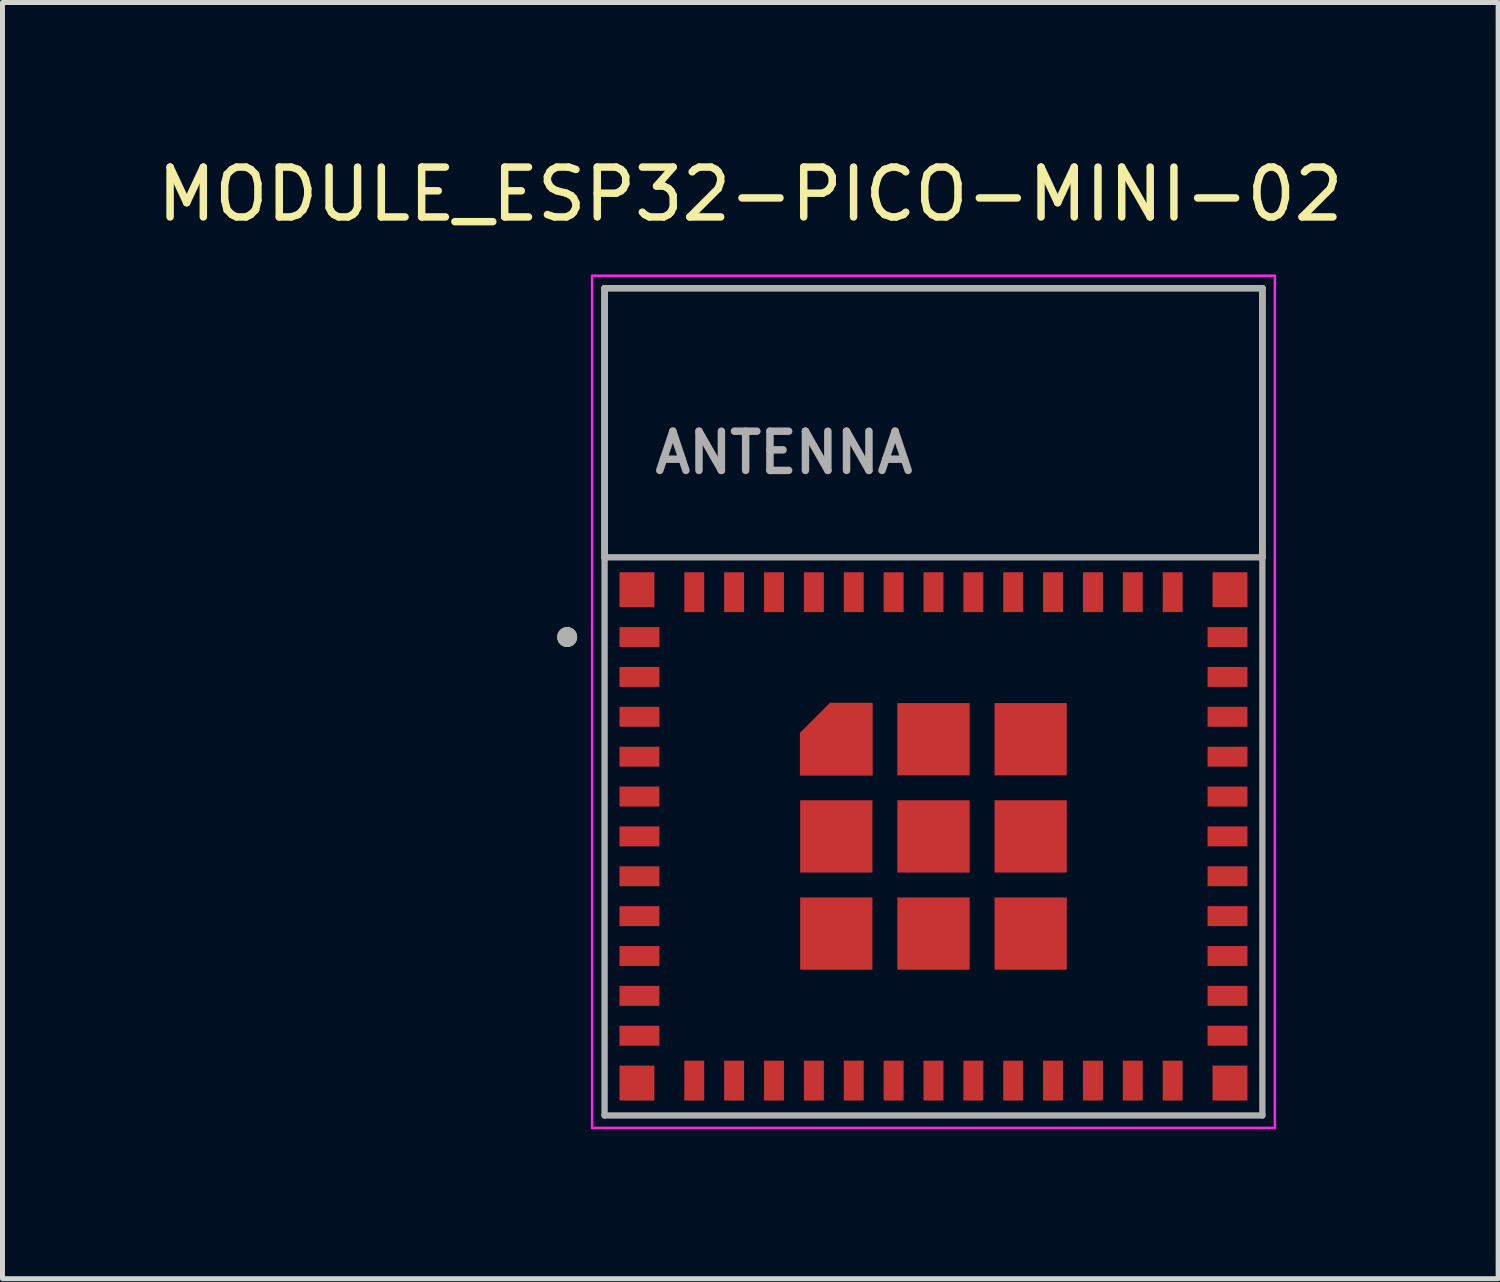
<source format=kicad_pcb>
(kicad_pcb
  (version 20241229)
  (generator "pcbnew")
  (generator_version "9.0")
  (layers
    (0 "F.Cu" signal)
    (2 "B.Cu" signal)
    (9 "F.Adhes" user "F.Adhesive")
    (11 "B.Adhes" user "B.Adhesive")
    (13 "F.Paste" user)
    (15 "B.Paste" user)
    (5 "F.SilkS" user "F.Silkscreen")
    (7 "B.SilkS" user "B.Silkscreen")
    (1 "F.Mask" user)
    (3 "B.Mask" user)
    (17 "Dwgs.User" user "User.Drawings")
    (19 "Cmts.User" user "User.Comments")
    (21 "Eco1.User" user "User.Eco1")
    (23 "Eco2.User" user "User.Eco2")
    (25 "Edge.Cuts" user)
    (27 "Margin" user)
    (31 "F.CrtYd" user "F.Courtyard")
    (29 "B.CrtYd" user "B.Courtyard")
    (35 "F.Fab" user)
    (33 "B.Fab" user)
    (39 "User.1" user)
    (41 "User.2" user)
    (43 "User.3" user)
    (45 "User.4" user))
  (footprint "MODULE_ESP32-PICO-MINI-02"
    (layer "F.Cu")
    (at 15.681 13.733)
    (property "Reference" "MODULE_ESP32-PICO-MINI-02" (at -3.675 -12.885 0) (layer "F.SilkS") (effects (font (size 1 1) (thickness 0.15))))
    (attr smd)
    (fp_poly (pts (xy -1.125 -1.125) (xy -1.125 -2.775) (xy -2.175 -2.775) (xy -2.775 -2.175) (xy -2.775 -1.125)) (stroke (width 0.01) (type solid)) (fill yes) (layer "F.Mask"))
    (fp_line (start -6.6 -11) (end 6.6 -11) (stroke (width 0.127) (type solid)) (layer "F.SilkS"))
    (fp_line (start -6.6 -5.6) (end -6.6 -11) (stroke (width 0.127) (type solid)) (layer "F.SilkS"))
    (fp_line (start 6.6 -11) (end 6.6 -5.6) (stroke (width 0.127) (type solid)) (layer "F.SilkS"))
    (fp_circle (center -7.35 -4) (end -7.25 -4) (stroke (width 0.2) (type solid)) (fill no) (layer "F.SilkS"))
    (fp_poly (pts (xy -1.225 -1.225) (xy -1.225 -2.675) (xy -2.075 -2.675) (xy -2.675 -2.075) (xy -2.675 -1.225)) (stroke (width 0.01) (type solid)) (fill yes) (layer "F.Paste"))
    (fp_line (start -6.85 -11.25) (end -6.85 5.85) (stroke (width 0.05) (type solid)) (layer "F.CrtYd"))
    (fp_line (start -6.85 5.85) (end 6.85 5.85) (stroke (width 0.05) (type solid)) (layer "F.CrtYd"))
    (fp_line (start 6.85 -11.25) (end -6.85 -11.25) (stroke (width 0.05) (type solid)) (layer "F.CrtYd"))
    (fp_line (start 6.85 5.85) (end 6.85 -11.25) (stroke (width 0.05) (type solid)) (layer "F.CrtYd"))
    (fp_line (start -6.6 -11) (end 6.6 -11) (stroke (width 0.127) (type solid)) (layer "F.Fab"))
    (fp_line (start -6.6 -5.6) (end -6.6 -11) (stroke (width 0.127) (type solid)) (layer "F.Fab"))
    (fp_line (start -6.6 -5.6) (end 6.6 -5.6) (stroke (width 0.127) (type solid)) (layer "F.Fab"))
    (fp_line (start -6.6 5.6) (end -6.6 -5.6) (stroke (width 0.127) (type solid)) (layer "F.Fab"))
    (fp_line (start 6.6 -11) (end 6.6 -5.6) (stroke (width 0.127) (type solid)) (layer "F.Fab"))
    (fp_line (start 6.6 -5.6) (end 6.6 5.6) (stroke (width 0.127) (type solid)) (layer "F.Fab"))
    (fp_line (start 6.6 5.6) (end -6.6 5.6) (stroke (width 0.127) (type solid)) (layer "F.Fab"))
    (fp_circle (center -7.35 -4) (end -7.25 -4) (stroke (width 0.2) (type solid)) (fill no) (layer "F.Fab"))
    (fp_text user "ANTENNA" (at -3 -7.7 0) (layer "F.Fab") (effects (font (size 0.787 0.787) (thickness 0.15))))
    (pad "1" smd rect (at -5.9 -4) (size 0.8 0.4) (layers "F.Cu" "F.Mask" "F.Paste"))
    (pad "2" smd rect (at -5.9 -3.2) (size 0.8 0.4) (layers "F.Cu" "F.Mask" "F.Paste"))
    (pad "3" smd rect (at -5.9 -2.4) (size 0.8 0.4) (layers "F.Cu" "F.Mask" "F.Paste"))
    (pad "4" smd rect (at -5.9 -1.6) (size 0.8 0.4) (layers "F.Cu" "F.Mask" "F.Paste"))
    (pad "5" smd rect (at -5.9 -0.8) (size 0.8 0.4) (layers "F.Cu" "F.Mask" "F.Paste"))
    (pad "6" smd rect (at -5.9 0) (size 0.8 0.4) (layers "F.Cu" "F.Mask" "F.Paste"))
    (pad "7" smd rect (at -5.9 0.8) (size 0.8 0.4) (layers "F.Cu" "F.Mask" "F.Paste"))
    (pad "8" smd rect (at -5.9 1.6) (size 0.8 0.4) (layers "F.Cu" "F.Mask" "F.Paste"))
    (pad "9" smd rect (at -5.9 2.4) (size 0.8 0.4) (layers "F.Cu" "F.Mask" "F.Paste"))
    (pad "10" smd rect (at -5.9 3.2) (size 0.8 0.4) (layers "F.Cu" "F.Mask" "F.Paste"))
    (pad "11" smd rect (at -5.9 4) (size 0.8 0.4) (layers "F.Cu" "F.Mask" "F.Paste"))
    (pad "12" smd rect (at -4.8 4.9) (size 0.4 0.8) (layers "F.Cu" "F.Mask" "F.Paste"))
    (pad "13" smd rect (at -4 4.9) (size 0.4 0.8) (layers "F.Cu" "F.Mask" "F.Paste"))
    (pad "14" smd rect (at -3.2 4.9) (size 0.4 0.8) (layers "F.Cu" "F.Mask" "F.Paste"))
    (pad "15" smd rect (at -2.4 4.9) (size 0.4 0.8) (layers "F.Cu" "F.Mask" "F.Paste"))
    (pad "16" smd rect (at -1.6 4.9) (size 0.4 0.8) (layers "F.Cu" "F.Mask" "F.Paste"))
    (pad "17" smd rect (at -0.8 4.9) (size 0.4 0.8) (layers "F.Cu" "F.Mask" "F.Paste"))
    (pad "18" smd rect (at 0 4.9) (size 0.4 0.8) (layers "F.Cu" "F.Mask" "F.Paste"))
    (pad "19" smd rect (at 0.8 4.9) (size 0.4 0.8) (layers "F.Cu" "F.Mask" "F.Paste"))
    (pad "20" smd rect (at 1.6 4.9) (size 0.4 0.8) (layers "F.Cu" "F.Mask" "F.Paste"))
    (pad "21" smd rect (at 2.4 4.9) (size 0.4 0.8) (layers "F.Cu" "F.Mask" "F.Paste"))
    (pad "22" smd rect (at 3.2 4.9) (size 0.4 0.8) (layers "F.Cu" "F.Mask" "F.Paste"))
    (pad "23" smd rect (at 4 4.9) (size 0.4 0.8) (layers "F.Cu" "F.Mask" "F.Paste"))
    (pad "24" smd rect (at 4.8 4.9) (size 0.4 0.8) (layers "F.Cu" "F.Mask" "F.Paste"))
    (pad "25" smd rect (at 5.9 4) (size 0.8 0.4) (layers "F.Cu" "F.Mask" "F.Paste"))
    (pad "26" smd rect (at 5.9 3.2) (size 0.8 0.4) (layers "F.Cu" "F.Mask" "F.Paste"))
    (pad "27" smd rect (at 5.9 2.4) (size 0.8 0.4) (layers "F.Cu" "F.Mask" "F.Paste"))
    (pad "28" smd rect (at 5.9 1.6) (size 0.8 0.4) (layers "F.Cu" "F.Mask" "F.Paste"))
    (pad "29" smd rect (at 5.9 0.8) (size 0.8 0.4) (layers "F.Cu" "F.Mask" "F.Paste"))
    (pad "30" smd rect (at 5.9 0) (size 0.8 0.4) (layers "F.Cu" "F.Mask" "F.Paste"))
    (pad "31" smd rect (at 5.9 -0.8) (size 0.8 0.4) (layers "F.Cu" "F.Mask" "F.Paste"))
    (pad "32" smd rect (at 5.9 -1.6) (size 0.8 0.4) (layers "F.Cu" "F.Mask" "F.Paste"))
    (pad "33" smd rect (at 5.9 -2.4) (size 0.8 0.4) (layers "F.Cu" "F.Mask" "F.Paste"))
    (pad "34" smd rect (at 5.9 -3.2) (size 0.8 0.4) (layers "F.Cu" "F.Mask" "F.Paste"))
    (pad "35" smd rect (at 5.9 -4) (size 0.8 0.4) (layers "F.Cu" "F.Mask" "F.Paste"))
    (pad "36" smd rect (at 4.8 -4.9) (size 0.4 0.8) (layers "F.Cu" "F.Mask" "F.Paste"))
    (pad "37" smd rect (at 4 -4.9) (size 0.4 0.8) (layers "F.Cu" "F.Mask" "F.Paste"))
    (pad "38" smd rect (at 3.2 -4.9) (size 0.4 0.8) (layers "F.Cu" "F.Mask" "F.Paste"))
    (pad "39" smd rect (at 2.4 -4.9) (size 0.4 0.8) (layers "F.Cu" "F.Mask" "F.Paste"))
    (pad "40" smd rect (at 1.6 -4.9) (size 0.4 0.8) (layers "F.Cu" "F.Mask" "F.Paste"))
    (pad "41" smd rect (at 0.8 -4.9) (size 0.4 0.8) (layers "F.Cu" "F.Mask" "F.Paste"))
    (pad "42" smd rect (at 0 -4.9) (size 0.4 0.8) (layers "F.Cu" "F.Mask" "F.Paste"))
    (pad "43" smd rect (at -0.8 -4.9) (size 0.4 0.8) (layers "F.Cu" "F.Mask" "F.Paste"))
    (pad "44" smd rect (at -1.6 -4.9) (size 0.4 0.8) (layers "F.Cu" "F.Mask" "F.Paste"))
    (pad "45" smd rect (at -2.4 -4.9) (size 0.4 0.8) (layers "F.Cu" "F.Mask" "F.Paste"))
    (pad "46" smd rect (at -3.2 -4.9) (size 0.4 0.8) (layers "F.Cu" "F.Mask" "F.Paste"))
    (pad "47" smd rect (at -4 -4.9) (size 0.4 0.8) (layers "F.Cu" "F.Mask" "F.Paste"))
    (pad "48" smd rect (at -4.8 -4.9) (size 0.4 0.8) (layers "F.Cu" "F.Mask" "F.Paste"))
    (pad "49" smd rect (at 0 0) (size 1.45 1.45) (layers "F.Cu" "F.Mask" "F.Paste"))
    (pad "50" smd rect (at 5.95 -4.95) (size 0.7 0.7) (layers "F.Cu" "F.Mask" "F.Paste"))
    (pad "51" smd rect (at 5.95 4.95) (size 0.7 0.7) (layers "F.Cu" "F.Mask" "F.Paste"))
    (pad "52" smd rect (at -5.95 4.95) (size 0.7 0.7) (layers "F.Cu" "F.Mask" "F.Paste"))
    (pad "53" smd rect (at -5.95 -4.95) (size 0.7 0.7) (layers "F.Cu" "F.Mask" "F.Paste"))
    (pad "54" smd rect (at -1.95 0) (size 1.45 1.45) (layers "F.Cu" "F.Mask" "F.Paste"))
    (pad "55" smd rect (at -1.95 1.95) (size 1.45 1.45) (layers "F.Cu" "F.Mask" "F.Paste"))
    (pad "56" smd rect (at 0 1.95) (size 1.45 1.45) (layers "F.Cu" "F.Mask" "F.Paste"))
    (pad "57" smd rect (at 1.95 1.95) (size 1.45 1.45) (layers "F.Cu" "F.Mask" "F.Paste"))
    (pad "58" smd rect (at 1.95 0) (size 1.45 1.45) (layers "F.Cu" "F.Mask" "F.Paste"))
    (pad "59" smd rect (at 1.95 -1.95) (size 1.45 1.45) (layers "F.Cu" "F.Mask" "F.Paste"))
    (pad "60" smd rect (at 0 -1.95) (size 1.45 1.45) (layers "F.Cu" "F.Mask" "F.Paste"))
    (pad "61" smd custom (at -1.95 -1.95) (size 0.5 0.5) (layers "F.Cu") (options (anchor rect)) (primitives (gr_poly (pts (xy 0.725 0.725) (xy 0.725 -0.725) (xy -0.125 -0.725) (xy -0.725 -0.125) (xy -0.725 0.725)) (width 0.01) (fill yes))))
    (zone (net_name "") (layer "F.Cu") (hatch full 0.508) (connect_pads) (min_thickness 0.01) (filled_areas_thickness no) (keepout (tracks not_allowed) (vias not_allowed) (pads not_allowed) (copperpour not_allowed) (footprints allowed)) (placement (enabled no)) (fill) (polygon (pts (xy 9.081 2.733) (xy 22.281 2.733) (xy 22.281 8.133) (xy 9.081 8.133))))
    (zone (net_name "") (layers "F.Cu" "B.Cu") (hatch full 0.508) (connect_pads) (min_thickness 0.01) (filled_areas_thickness no) (keepout (tracks allowed) (vias not_allowed) (pads allowed) (copperpour allowed) (footprints allowed)) (placement (enabled no)) (fill) (polygon (pts (xy 9.081 2.733) (xy 22.281 2.733) (xy 22.281 8.133) (xy 9.081 8.133))))
    (zone (net_name "") (layer "B.Cu") (hatch full 0.508) (connect_pads) (min_thickness 0.01) (filled_areas_thickness no) (keepout (tracks not_allowed) (vias not_allowed) (pads not_allowed) (copperpour not_allowed) (footprints allowed)) (placement (enabled no)) (fill) (polygon (pts (xy 9.081 2.733) (xy 22.281 2.733) (xy 22.281 8.133) (xy 9.081 8.133)))))
  (gr_rect
    (start -3 -3)
    (end 27.012 22.608)
    (stroke (width 0.1) (type default))
    (fill no)
    (layer "Edge.Cuts")))
</source>
